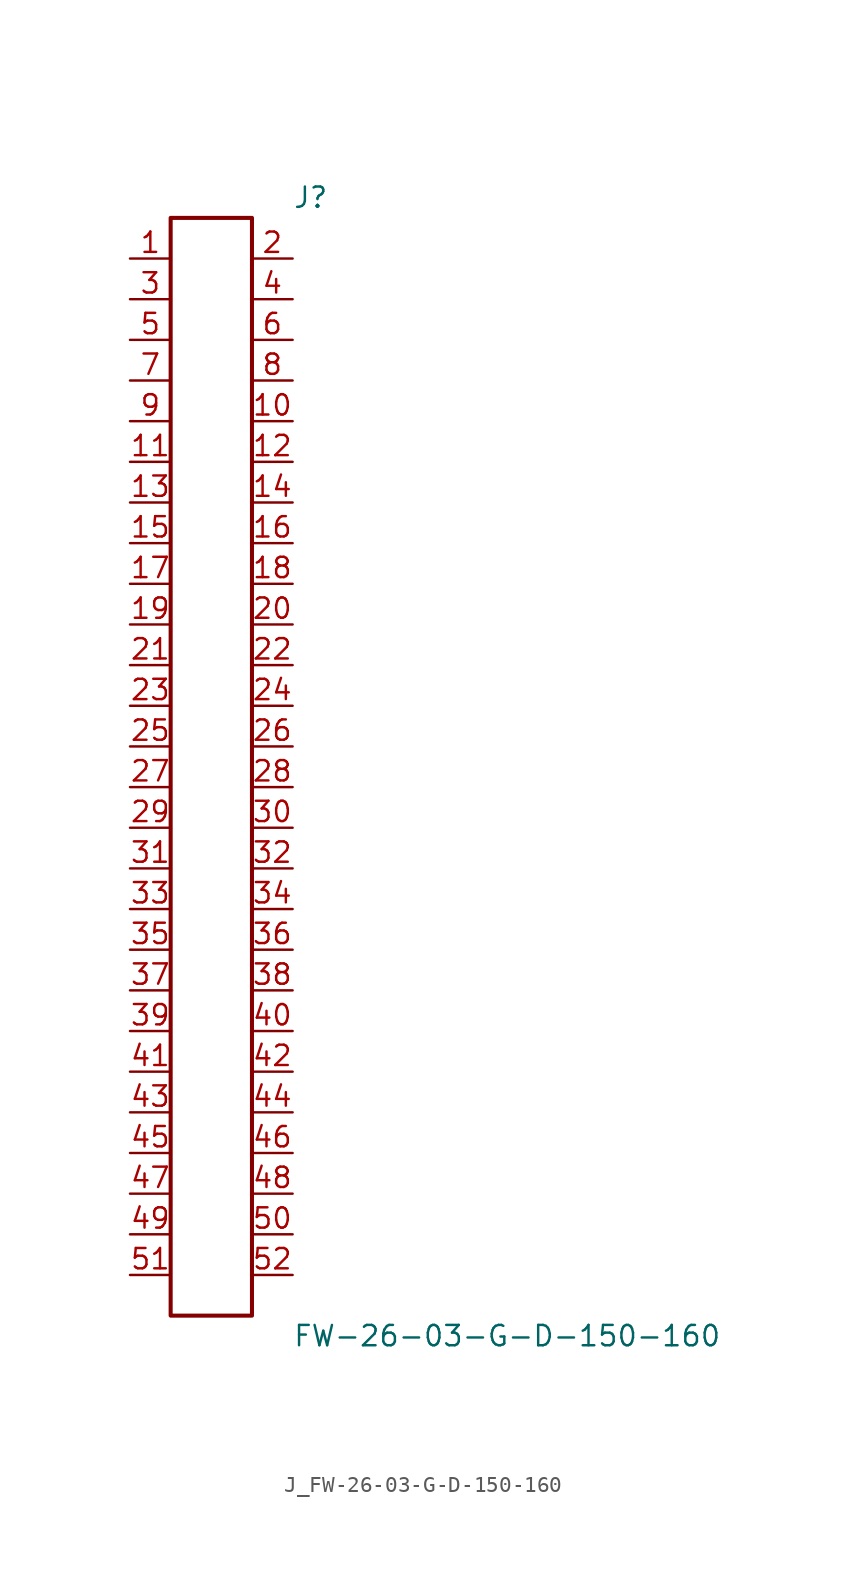
<source format=kicad_sym>
(kicad_symbol_lib
  (version 20231120)
  (generator kicad_symbol_editor)
  (generator_version 8.0)
  (symbol "J_FW-26-03-G-D-150-160"
    (pin_names
      (offset 0.254))
    (property "Reference" "J"
      (at 5.08 35.56 0)
      (effects (font (size 1.27 1.27)) (justify left)))
    (property "Value" "FW-26-03-G-D-150-160"
      (at 5.08 -35.56 0)
      (effects (font (size 1.27 1.27)) (justify left)))
    (symbol "J_FW-26-03-G-D-150-160_0_0"
      (pin passive line (at -5.08 31.75 0) (length 2.54) (name "" (effects (font (size 1.27 1.27)))) (number "1" (effects (font (size 1.27 1.27)))))
      (pin passive line (at 5.08 31.75 180) (length 2.54) (name "" (effects (font (size 1.27 1.27)))) (number "2" (effects (font (size 1.27 1.27)))))
      (pin passive line (at -5.08 29.21 0) (length 2.54) (name "" (effects (font (size 1.27 1.27)))) (number "3" (effects (font (size 1.27 1.27)))))
      (pin passive line (at 5.08 29.21 180) (length 2.54) (name "" (effects (font (size 1.27 1.27)))) (number "4" (effects (font (size 1.27 1.27)))))
      (pin passive line (at -5.08 26.67 0) (length 2.54) (name "" (effects (font (size 1.27 1.27)))) (number "5" (effects (font (size 1.27 1.27)))))
      (pin passive line (at 5.08 26.67 180) (length 2.54) (name "" (effects (font (size 1.27 1.27)))) (number "6" (effects (font (size 1.27 1.27)))))
      (pin passive line (at -5.08 24.13 0) (length 2.54) (name "" (effects (font (size 1.27 1.27)))) (number "7" (effects (font (size 1.27 1.27)))))
      (pin passive line (at 5.08 24.13 180) (length 2.54) (name "" (effects (font (size 1.27 1.27)))) (number "8" (effects (font (size 1.27 1.27)))))
      (pin passive line (at -5.08 21.59 0) (length 2.54) (name "" (effects (font (size 1.27 1.27)))) (number "9" (effects (font (size 1.27 1.27)))))
      (pin passive line (at 5.08 21.59 180) (length 2.54) (name "" (effects (font (size 1.27 1.27)))) (number "10" (effects (font (size 1.27 1.27)))))
      (pin passive line (at -5.08 19.05 0) (length 2.54) (name "" (effects (font (size 1.27 1.27)))) (number "11" (effects (font (size 1.27 1.27)))))
      (pin passive line (at 5.08 19.05 180) (length 2.54) (name "" (effects (font (size 1.27 1.27)))) (number "12" (effects (font (size 1.27 1.27)))))
      (pin passive line (at -5.08 16.51 0) (length 2.54) (name "" (effects (font (size 1.27 1.27)))) (number "13" (effects (font (size 1.27 1.27)))))
      (pin passive line (at 5.08 16.51 180) (length 2.54) (name "" (effects (font (size 1.27 1.27)))) (number "14" (effects (font (size 1.27 1.27)))))
      (pin passive line (at -5.08 13.97 0) (length 2.54) (name "" (effects (font (size 1.27 1.27)))) (number "15" (effects (font (size 1.27 1.27)))))
      (pin passive line (at 5.08 13.97 180) (length 2.54) (name "" (effects (font (size 1.27 1.27)))) (number "16" (effects (font (size 1.27 1.27)))))
      (pin passive line (at -5.08 11.43 0) (length 2.54) (name "" (effects (font (size 1.27 1.27)))) (number "17" (effects (font (size 1.27 1.27)))))
      (pin passive line (at 5.08 11.43 180) (length 2.54) (name "" (effects (font (size 1.27 1.27)))) (number "18" (effects (font (size 1.27 1.27)))))
      (pin passive line (at -5.08 8.89 0) (length 2.54) (name "" (effects (font (size 1.27 1.27)))) (number "19" (effects (font (size 1.27 1.27)))))
      (pin passive line (at 5.08 8.89 180) (length 2.54) (name "" (effects (font (size 1.27 1.27)))) (number "20" (effects (font (size 1.27 1.27)))))
      (pin passive line (at -5.08 6.35 0) (length 2.54) (name "" (effects (font (size 1.27 1.27)))) (number "21" (effects (font (size 1.27 1.27)))))
      (pin passive line (at 5.08 6.35 180) (length 2.54) (name "" (effects (font (size 1.27 1.27)))) (number "22" (effects (font (size 1.27 1.27)))))
      (pin passive line (at -5.08 3.81 0) (length 2.54) (name "" (effects (font (size 1.27 1.27)))) (number "23" (effects (font (size 1.27 1.27)))))
      (pin passive line (at 5.08 3.81 180) (length 2.54) (name "" (effects (font (size 1.27 1.27)))) (number "24" (effects (font (size 1.27 1.27)))))
      (pin passive line (at -5.08 1.27 0) (length 2.54) (name "" (effects (font (size 1.27 1.27)))) (number "25" (effects (font (size 1.27 1.27)))))
      (pin passive line (at 5.08 1.27 180) (length 2.54) (name "" (effects (font (size 1.27 1.27)))) (number "26" (effects (font (size 1.27 1.27)))))
      (pin passive line (at -5.08 -1.27 0) (length 2.54) (name "" (effects (font (size 1.27 1.27)))) (number "27" (effects (font (size 1.27 1.27)))))
      (pin passive line (at 5.08 -1.27 180) (length 2.54) (name "" (effects (font (size 1.27 1.27)))) (number "28" (effects (font (size 1.27 1.27)))))
      (pin passive line (at -5.08 -3.81 0) (length 2.54) (name "" (effects (font (size 1.27 1.27)))) (number "29" (effects (font (size 1.27 1.27)))))
      (pin passive line (at 5.08 -3.81 180) (length 2.54) (name "" (effects (font (size 1.27 1.27)))) (number "30" (effects (font (size 1.27 1.27)))))
      (pin passive line (at -5.08 -6.35 0) (length 2.54) (name "" (effects (font (size 1.27 1.27)))) (number "31" (effects (font (size 1.27 1.27)))))
      (pin passive line (at 5.08 -6.35 180) (length 2.54) (name "" (effects (font (size 1.27 1.27)))) (number "32" (effects (font (size 1.27 1.27)))))
      (pin passive line (at -5.08 -8.89 0) (length 2.54) (name "" (effects (font (size 1.27 1.27)))) (number "33" (effects (font (size 1.27 1.27)))))
      (pin passive line (at 5.08 -8.89 180) (length 2.54) (name "" (effects (font (size 1.27 1.27)))) (number "34" (effects (font (size 1.27 1.27)))))
      (pin passive line (at -5.08 -11.43 0) (length 2.54) (name "" (effects (font (size 1.27 1.27)))) (number "35" (effects (font (size 1.27 1.27)))))
      (pin passive line (at 5.08 -11.43 180) (length 2.54) (name "" (effects (font (size 1.27 1.27)))) (number "36" (effects (font (size 1.27 1.27)))))
      (pin passive line (at -5.08 -13.97 0) (length 2.54) (name "" (effects (font (size 1.27 1.27)))) (number "37" (effects (font (size 1.27 1.27)))))
      (pin passive line (at 5.08 -13.97 180) (length 2.54) (name "" (effects (font (size 1.27 1.27)))) (number "38" (effects (font (size 1.27 1.27)))))
      (pin passive line (at -5.08 -16.51 0) (length 2.54) (name "" (effects (font (size 1.27 1.27)))) (number "39" (effects (font (size 1.27 1.27)))))
      (pin passive line (at 5.08 -16.51 180) (length 2.54) (name "" (effects (font (size 1.27 1.27)))) (number "40" (effects (font (size 1.27 1.27)))))
      (pin passive line (at -5.08 -19.05 0) (length 2.54) (name "" (effects (font (size 1.27 1.27)))) (number "41" (effects (font (size 1.27 1.27)))))
      (pin passive line (at 5.08 -19.05 180) (length 2.54) (name "" (effects (font (size 1.27 1.27)))) (number "42" (effects (font (size 1.27 1.27)))))
      (pin passive line (at -5.08 -21.59 0) (length 2.54) (name "" (effects (font (size 1.27 1.27)))) (number "43" (effects (font (size 1.27 1.27)))))
      (pin passive line (at 5.08 -21.59 180) (length 2.54) (name "" (effects (font (size 1.27 1.27)))) (number "44" (effects (font (size 1.27 1.27)))))
      (pin passive line (at -5.08 -24.13 0) (length 2.54) (name "" (effects (font (size 1.27 1.27)))) (number "45" (effects (font (size 1.27 1.27)))))
      (pin passive line (at 5.08 -24.13 180) (length 2.54) (name "" (effects (font (size 1.27 1.27)))) (number "46" (effects (font (size 1.27 1.27)))))
      (pin passive line (at -5.08 -26.67 0) (length 2.54) (name "" (effects (font (size 1.27 1.27)))) (number "47" (effects (font (size 1.27 1.27)))))
      (pin passive line (at 5.08 -26.67 180) (length 2.54) (name "" (effects (font (size 1.27 1.27)))) (number "48" (effects (font (size 1.27 1.27)))))
      (pin passive line (at -5.08 -29.21 0) (length 2.54) (name "" (effects (font (size 1.27 1.27)))) (number "49" (effects (font (size 1.27 1.27)))))
      (pin passive line (at 5.08 -29.21 180) (length 2.54) (name "" (effects (font (size 1.27 1.27)))) (number "50" (effects (font (size 1.27 1.27)))))
      (pin passive line (at -5.08 -31.75 0) (length 2.54) (name "" (effects (font (size 1.27 1.27)))) (number "51" (effects (font (size 1.27 1.27)))))
      (pin passive line (at 5.08 -31.75 180) (length 2.54) (name "" (effects (font (size 1.27 1.27)))) (number "52" (effects (font (size 1.27 1.27))))))
    (symbol "J_FW-26-03-G-D-150-160_1_0"
      (rectangle (start -2.54 34.29) (end 2.54 -34.29) (stroke (width 0.254) (type solid)) (fill (type none))))))
</source>
